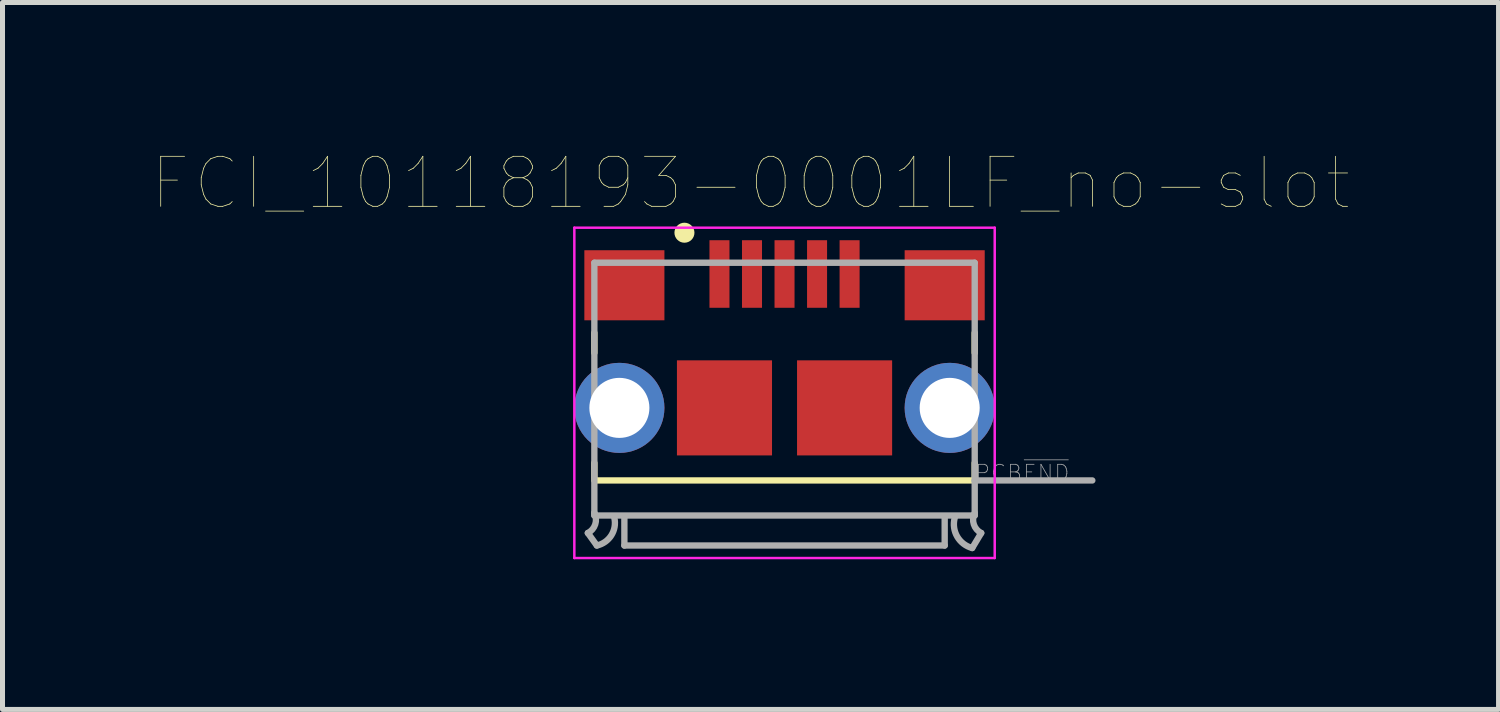
<source format=kicad_pcb>
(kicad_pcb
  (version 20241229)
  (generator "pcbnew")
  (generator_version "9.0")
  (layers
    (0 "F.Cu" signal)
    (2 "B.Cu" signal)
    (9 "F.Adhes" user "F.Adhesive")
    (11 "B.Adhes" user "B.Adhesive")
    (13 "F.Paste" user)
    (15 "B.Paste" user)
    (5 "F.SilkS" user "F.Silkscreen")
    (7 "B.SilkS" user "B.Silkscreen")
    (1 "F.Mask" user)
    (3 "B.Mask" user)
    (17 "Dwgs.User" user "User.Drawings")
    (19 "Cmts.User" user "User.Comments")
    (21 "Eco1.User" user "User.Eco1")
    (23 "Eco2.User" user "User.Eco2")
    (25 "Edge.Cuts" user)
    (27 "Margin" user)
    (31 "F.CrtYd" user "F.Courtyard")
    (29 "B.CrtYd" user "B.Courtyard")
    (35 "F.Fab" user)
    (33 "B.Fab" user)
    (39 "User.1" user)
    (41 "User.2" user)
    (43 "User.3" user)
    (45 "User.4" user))
  (footprint "FCI_10118193-0001LF_no-slot"
    (layer "F.Cu")
    (at 12.626 5.1)
    (property "Reference" "FCI_10118193-0001LF_no-slot" (at -0.679 -4.489 180) (layer "F.SilkS") (effects (font (size 1 1) (thickness 0.015))))
    (attr through_hole)
    (fp_line (start -3.8 -1.5) (end -3.8 -1.1) (stroke (width 0.127) (type solid)) (layer "F.SilkS"))
    (fp_line (start -3.8 1.1) (end -3.8 1.4) (stroke (width 0.127) (type solid)) (layer "F.SilkS"))
    (fp_line (start -3.8 1.45) (end 3.8 1.45) (stroke (width 0.127) (type solid)) (layer "F.SilkS"))
    (fp_line (start 3.8 -1.1) (end 3.8 -1.5) (stroke (width 0.127) (type solid)) (layer "F.SilkS"))
    (fp_line (start 3.8 1.1) (end 3.8 1.4) (stroke (width 0.127) (type solid)) (layer "F.SilkS"))
    (fp_circle (center -2 -3.5) (end -1.9 -3.5) (stroke (width 0.2) (type solid)) (fill no) (layer "F.SilkS"))
    (fp_line (start -4.2 -3.6) (end -4.2 3) (stroke (width 0.05) (type solid)) (layer "F.CrtYd"))
    (fp_line (start -4.2 3) (end 4.2 3) (stroke (width 0.05) (type solid)) (layer "F.CrtYd"))
    (fp_line (start 4.2 -3.6) (end -4.2 -3.6) (stroke (width 0.05) (type solid)) (layer "F.CrtYd"))
    (fp_line (start 4.2 3) (end 4.2 -3.6) (stroke (width 0.05) (type solid)) (layer "F.CrtYd"))
    (fp_line (start -3.93 2.5) (end -3.75 2.75) (stroke (width 0.127) (type solid)) (layer "F.Fab"))
    (fp_line (start -3.8 -2.9) (end 3.8 -2.9) (stroke (width 0.127) (type solid)) (layer "F.Fab"))
    (fp_line (start -3.8 2.1) (end -3.8 -2.9) (stroke (width 0.127) (type solid)) (layer "F.Fab"))
    (fp_line (start -3.8 2.15) (end -3.8 2.1) (stroke (width 0.127) (type solid)) (layer "F.Fab"))
    (fp_line (start -3.2 2.2) (end -3.2 2.75) (stroke (width 0.127) (type solid)) (layer "F.Fab"))
    (fp_line (start -3.2 2.75) (end 3.2 2.75) (stroke (width 0.127) (type solid)) (layer "F.Fab"))
    (fp_line (start 3.2 2.75) (end 3.2 2.2) (stroke (width 0.127) (type solid)) (layer "F.Fab"))
    (fp_line (start 3.8 -2.9) (end 3.8 1.45) (stroke (width 0.127) (type solid)) (layer "F.Fab"))
    (fp_line (start 3.8 1.45) (end 3.8 2.15) (stroke (width 0.127) (type solid)) (layer "F.Fab"))
    (fp_line (start 3.8 1.45) (end 6.15 1.45) (stroke (width 0.127) (type solid)) (layer "F.Fab"))
    (fp_line (start 3.8 2.15) (end -3.8 2.15) (stroke (width 0.127) (type solid)) (layer "F.Fab"))
    (fp_line (start 3.93 2.5) (end 3.75 2.8) (stroke (width 0.127) (type solid)) (layer "F.Fab"))
    (fp_arc (start -3.8 2.1) (mid -3.782157 2.326924) (end -3.93 2.5) (stroke (width 0.127) (type solid)) (layer "F.Fab"))
    (fp_arc (start -3.4 2.2) (mid -3.461091 2.547487) (end -3.75 2.75) (stroke (width 0.127) (type solid)) (layer "F.Fab"))
    (fp_arc (start 3.75 2.8) (mid 3.450736 2.572487) (end 3.4 2.2) (stroke (width 0.127) (type solid)) (layer "F.Fab"))
    (fp_arc (start 3.93 2.5) (mid 3.782157 2.326924) (end 3.8 2.1) (stroke (width 0.127) (type solid)) (layer "F.Fab"))
    (fp_text user "PCB~{END}" (at 4.75 1.3 180) (layer "F.Fab") (effects (font (size 0.32 0.32) (thickness 0.015))))
    (pad "1" smd rect (at -1.3 -2.675) (size 0.4 1.35) (layers "F.Cu" "F.Mask" "F.Paste"))
    (pad "2" smd rect (at -0.65 -2.675) (size 0.4 1.35) (layers "F.Cu" "F.Mask" "F.Paste"))
    (pad "3" smd rect (at 0 -2.675) (size 0.4 1.35) (layers "F.Cu" "F.Mask" "F.Paste"))
    (pad "4" smd rect (at 0.65 -2.675) (size 0.4 1.35) (layers "F.Cu" "F.Mask" "F.Paste"))
    (pad "5" smd rect (at 1.3 -2.675) (size 0.4 1.35) (layers "F.Cu" "F.Mask" "F.Paste"))
    (pad "S1" smd rect (at -3.2 -2.45) (size 1.6 1.4) (layers "F.Cu" "F.Mask" "F.Paste"))
    (pad "S2" smd rect (at 3.2 -2.45) (size 1.6 1.4) (layers "F.Cu" "F.Mask" "F.Paste"))
    (pad "S3" smd rect (at 1.2 0) (size 1.9 1.9) (layers "F.Cu" "F.Mask" "F.Paste"))
    (pad "S4" smd rect (at -1.2 0) (size 1.9 1.9) (layers "F.Cu" "F.Mask" "F.Paste"))
    (pad "S5" thru_hole circle (at -3.3 0) (size 1.8 1.8) (drill 1.2) (layers "*.Cu" "*.Mask"))
    (pad "S6" thru_hole circle (at 3.3 0) (size 1.8 1.8) (drill 1.2) (layers "*.Cu" "*.Mask")))
  (gr_rect
    (start -3 -3)
    (end 26.893 11.125)
    (stroke (width 0.1) (type default))
    (fill no)
    (layer "Edge.Cuts")))
</source>
